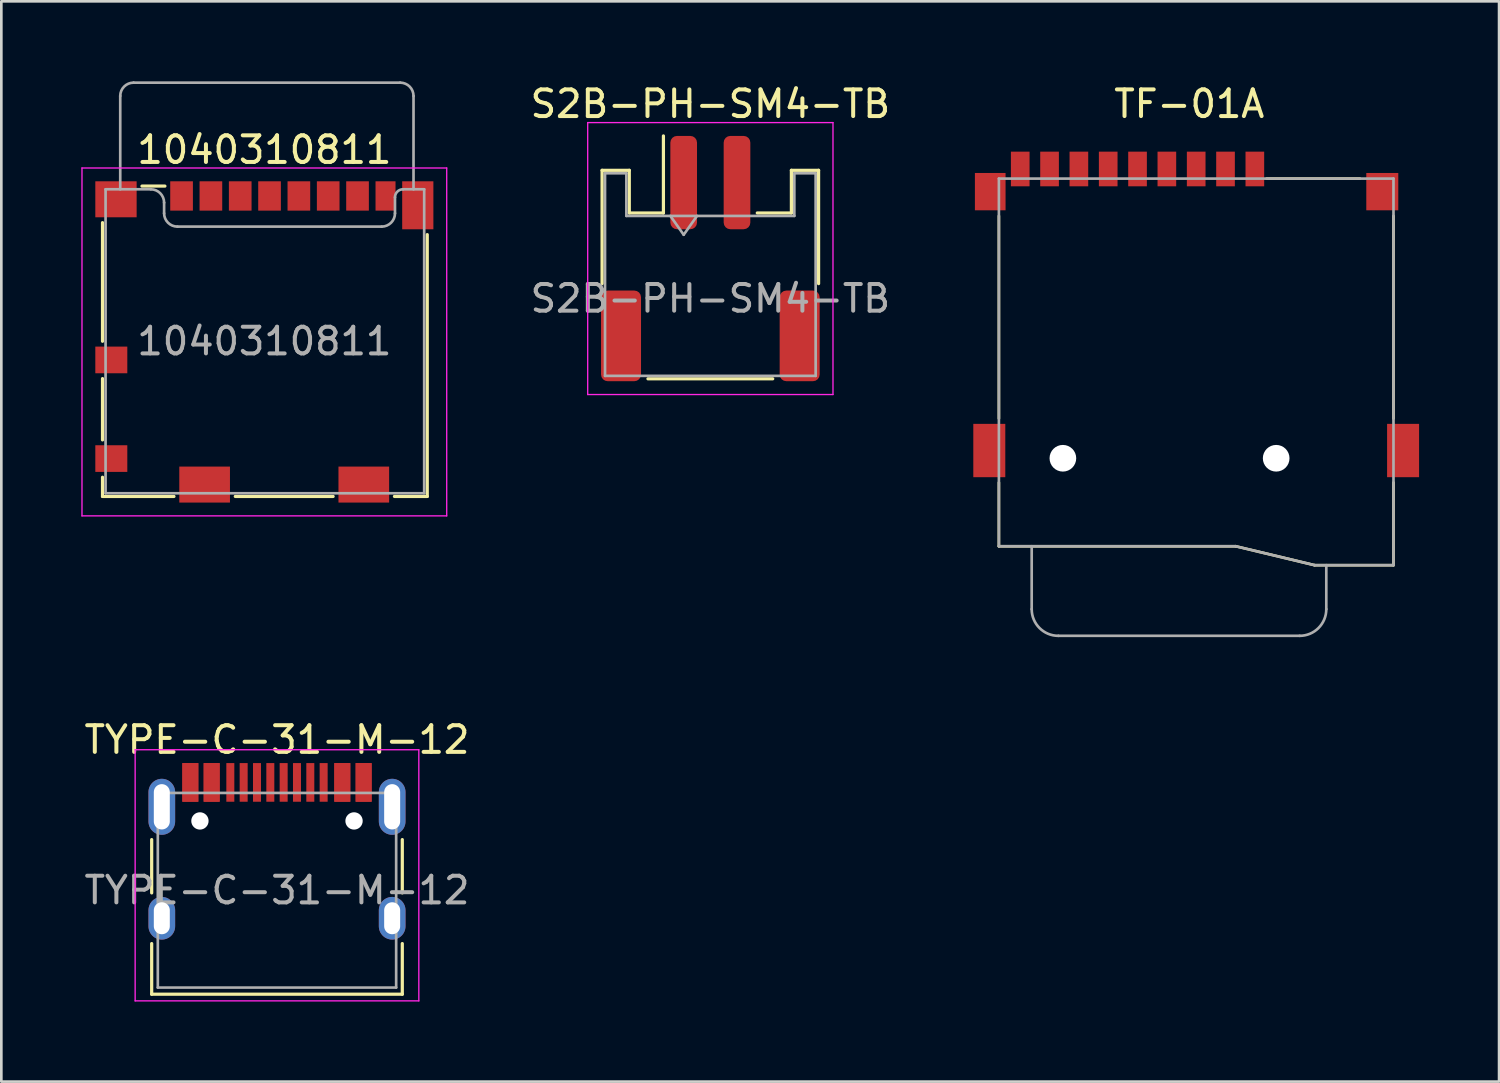
<source format=kicad_pcb>
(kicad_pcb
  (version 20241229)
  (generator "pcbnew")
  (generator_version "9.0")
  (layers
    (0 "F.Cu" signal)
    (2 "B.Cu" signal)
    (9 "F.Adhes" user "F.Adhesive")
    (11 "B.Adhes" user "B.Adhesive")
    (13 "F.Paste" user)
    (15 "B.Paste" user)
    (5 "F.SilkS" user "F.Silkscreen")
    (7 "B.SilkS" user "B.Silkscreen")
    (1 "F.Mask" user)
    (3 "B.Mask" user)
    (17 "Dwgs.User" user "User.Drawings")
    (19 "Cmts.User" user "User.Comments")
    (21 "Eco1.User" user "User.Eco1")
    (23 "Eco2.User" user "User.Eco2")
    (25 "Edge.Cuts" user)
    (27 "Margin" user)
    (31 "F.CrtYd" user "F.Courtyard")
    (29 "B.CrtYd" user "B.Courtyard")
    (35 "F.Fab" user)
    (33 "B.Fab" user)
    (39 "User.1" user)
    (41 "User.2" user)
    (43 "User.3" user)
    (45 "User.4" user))
  (footprint "TYPE-C-31-M-12"
    (layer "F.Cu")
    (at 7.339 30.341)
    (property "Reference" "TYPE-C-31-M-12" (at 0 -5.645 0) (layer "F.SilkS") (effects (font (size 1 1) (thickness 0.15))))
    (attr smd)
    (fp_line (start -4.7 -1.9) (end -4.7 0.1) (stroke (width 0.12) (type solid)) (layer "F.SilkS"))
    (fp_line (start -4.7 2) (end -4.7 3.9) (stroke (width 0.12) (type solid)) (layer "F.SilkS"))
    (fp_line (start -4.7 3.9) (end 4.7 3.9) (stroke (width 0.12) (type solid)) (layer "F.SilkS"))
    (fp_line (start 4.7 -1.9) (end 4.7 0.1) (stroke (width 0.12) (type solid)) (layer "F.SilkS"))
    (fp_line (start 4.7 2) (end 4.7 3.9) (stroke (width 0.12) (type solid)) (layer "F.SilkS"))
    (fp_line (start -5.32 -5.27) (end -5.32 4.15) (stroke (width 0.05) (type solid)) (layer "F.CrtYd"))
    (fp_line (start -5.32 -5.27) (end 5.32 -5.27) (stroke (width 0.05) (type solid)) (layer "F.CrtYd"))
    (fp_line (start -5.32 4.15) (end 5.32 4.15) (stroke (width 0.05) (type solid)) (layer "F.CrtYd"))
    (fp_line (start 5.32 -5.27) (end 5.32 4.15) (stroke (width 0.05) (type solid)) (layer "F.CrtYd"))
    (fp_line (start -4.47 -3.65) (end -4.47 3.65) (stroke (width 0.1) (type solid)) (layer "F.Fab"))
    (fp_line (start -4.47 -3.65) (end 4.47 -3.65) (stroke (width 0.1) (type solid)) (layer "F.Fab"))
    (fp_line (start -4.47 3.65) (end 4.47 3.65) (stroke (width 0.1) (type solid)) (layer "F.Fab"))
    (fp_line (start 4.47 -3.65) (end 4.47 3.65) (stroke (width 0.1) (type solid)) (layer "F.Fab"))
    (fp_text user "${REFERENCE}" (at 0 0 0) (layer "F.Fab") (effects (font (size 1 1) (thickness 0.15))))
    (pad "" np_thru_hole circle (at -2.89 -2.6) (size 0.65 0.65) (drill 0.65) (layers "*.Cu" "*.Mask"))
    (pad "" np_thru_hole circle (at 2.89 -2.6) (size 0.65 0.65) (drill 0.65) (layers "*.Cu" "*.Mask"))
    (pad "A1" smd rect (at -3.25 -4.045) (size 0.6 1.45) (layers "F.Cu" "F.Mask" "F.Paste"))
    (pad "A4" smd rect (at -2.45 -4.045) (size 0.6 1.45) (layers "F.Cu" "F.Mask" "F.Paste"))
    (pad "A5" smd rect (at -1.25 -4.045) (size 0.3 1.45) (layers "F.Cu" "F.Mask" "F.Paste"))
    (pad "A6" smd rect (at -0.25 -4.045) (size 0.3 1.45) (layers "F.Cu" "F.Mask" "F.Paste"))
    (pad "A7" smd rect (at 0.25 -4.045) (size 0.3 1.45) (layers "F.Cu" "F.Mask" "F.Paste"))
    (pad "A8" smd rect (at 1.25 -4.045) (size 0.3 1.45) (layers "F.Cu" "F.Mask" "F.Paste"))
    (pad "A9" smd rect (at 2.45 -4.045) (size 0.6 1.45) (layers "F.Cu" "F.Mask" "F.Paste"))
    (pad "A12" smd rect (at 3.25 -4.045) (size 0.6 1.45) (layers "F.Cu" "F.Mask" "F.Paste"))
    (pad "B1" smd rect (at 3.25 -4.045) (size 0.6 1.45) (layers "F.Cu" "F.Mask" "F.Paste"))
    (pad "B4" smd rect (at 2.45 -4.045) (size 0.6 1.45) (layers "F.Cu" "F.Mask" "F.Paste"))
    (pad "B5" smd rect (at 1.75 -4.045) (size 0.3 1.45) (layers "F.Cu" "F.Mask" "F.Paste"))
    (pad "B6" smd rect (at 0.75 -4.045) (size 0.3 1.45) (layers "F.Cu" "F.Mask" "F.Paste"))
    (pad "B7" smd rect (at -0.75 -4.045) (size 0.3 1.45) (layers "F.Cu" "F.Mask" "F.Paste"))
    (pad "B8" smd rect (at -1.75 -4.045) (size 0.3 1.45) (layers "F.Cu" "F.Mask" "F.Paste"))
    (pad "B9" smd rect (at -2.45 -4.045) (size 0.6 1.45) (layers "F.Cu" "F.Mask" "F.Paste"))
    (pad "B12" smd rect (at -3.25 -4.045) (size 0.6 1.45) (layers "F.Cu" "F.Mask" "F.Paste"))
    (pad "S1" thru_hole oval (at -4.32 -3.13) (size 1 2.1) (drill oval 0.6 1.7) (layers "*.Cu" "*.Mask"))
    (pad "S1" thru_hole oval (at -4.32 1.05) (size 1 1.6) (drill oval 0.6 1.2) (layers "*.Cu" "*.Mask"))
    (pad "S1" thru_hole oval (at 4.32 -3.13) (size 1 2.1) (drill oval 0.6 1.7) (layers "*.Cu" "*.Mask"))
    (pad "S1" thru_hole oval (at 4.32 1.05) (size 1 1.6) (drill oval 0.6 1.2) (layers "*.Cu" "*.Mask")))
  (footprint "S2B-PH-SM4-TB"
    (layer "F.Cu")
    (at 23.593 6.648)
    (property "Reference" "S2B-PH-SM4-TB" (at 0 -5.8 0) (layer "F.SilkS") (effects (font (size 1 1) (thickness 0.15))))
    (attr smd)
    (fp_line (start -4.06 -3.31) (end -3.04 -3.31) (stroke (width 0.12) (type solid)) (layer "F.SilkS"))
    (fp_line (start -4.06 0.94) (end -4.06 -3.31) (stroke (width 0.12) (type solid)) (layer "F.SilkS"))
    (fp_line (start -3.04 -3.31) (end -3.04 -1.71) (stroke (width 0.12) (type solid)) (layer "F.SilkS"))
    (fp_line (start -3.04 -1.71) (end -1.76 -1.71) (stroke (width 0.12) (type solid)) (layer "F.SilkS"))
    (fp_line (start -2.34 4.51) (end 2.34 4.51) (stroke (width 0.12) (type solid)) (layer "F.SilkS"))
    (fp_line (start -1.76 -1.71) (end -1.76 -4.6) (stroke (width 0.12) (type solid)) (layer "F.SilkS"))
    (fp_line (start 3.04 -3.31) (end 3.04 -1.71) (stroke (width 0.12) (type solid)) (layer "F.SilkS"))
    (fp_line (start 3.04 -1.71) (end 1.76 -1.71) (stroke (width 0.12) (type solid)) (layer "F.SilkS"))
    (fp_line (start 4.06 -3.31) (end 3.04 -3.31) (stroke (width 0.12) (type solid)) (layer "F.SilkS"))
    (fp_line (start 4.06 0.94) (end 4.06 -3.31) (stroke (width 0.12) (type solid)) (layer "F.SilkS"))
    (fp_line (start -4.6 -5.1) (end -4.6 5.1) (stroke (width 0.05) (type solid)) (layer "F.CrtYd"))
    (fp_line (start -4.6 5.1) (end 4.6 5.1) (stroke (width 0.05) (type solid)) (layer "F.CrtYd"))
    (fp_line (start 4.6 -5.1) (end -4.6 -5.1) (stroke (width 0.05) (type solid)) (layer "F.CrtYd"))
    (fp_line (start 4.6 5.1) (end 4.6 -5.1) (stroke (width 0.05) (type solid)) (layer "F.CrtYd"))
    (fp_line (start -3.95 -3.2) (end -3.95 4.4) (stroke (width 0.1) (type solid)) (layer "F.Fab"))
    (fp_line (start -3.95 -3.2) (end -3.15 -3.2) (stroke (width 0.1) (type solid)) (layer "F.Fab"))
    (fp_line (start -3.95 4.4) (end 3.95 4.4) (stroke (width 0.1) (type solid)) (layer "F.Fab"))
    (fp_line (start -3.15 -3.2) (end -3.15 -1.6) (stroke (width 0.1) (type solid)) (layer "F.Fab"))
    (fp_line (start -3.15 -1.6) (end 3.15 -1.6) (stroke (width 0.1) (type solid)) (layer "F.Fab"))
    (fp_line (start -1.5 -1.6) (end -1 -0.893) (stroke (width 0.1) (type solid)) (layer "F.Fab"))
    (fp_line (start -1 -0.893) (end -0.5 -1.6) (stroke (width 0.1) (type solid)) (layer "F.Fab"))
    (fp_line (start 3.15 -3.2) (end 3.95 -3.2) (stroke (width 0.1) (type solid)) (layer "F.Fab"))
    (fp_line (start 3.15 -1.6) (end 3.15 -3.2) (stroke (width 0.1) (type solid)) (layer "F.Fab"))
    (fp_line (start 3.95 -3.2) (end 3.95 4.4) (stroke (width 0.1) (type solid)) (layer "F.Fab"))
    (fp_text user "${REFERENCE}" (at 0 1.5 0) (layer "F.Fab") (effects (font (size 1 1) (thickness 0.15))))
    (pad "1" smd roundrect (at -1 -2.85) (size 1 3.5) (layers "F.Cu" "F.Mask" "F.Paste") (roundrect_rratio 0.25))
    (pad "2" smd roundrect (at 1 -2.85) (size 1 3.5) (layers "F.Cu" "F.Mask" "F.Paste") (roundrect_rratio 0.25))
    (pad "MP" smd roundrect (at -3.35 2.9) (size 1.5 3.4) (layers "F.Cu" "F.Mask" "F.Paste") (roundrect_rratio 0.167))
    (pad "MP" smd roundrect (at 3.35 2.9) (size 1.5 3.4) (layers "F.Cu" "F.Mask" "F.Paste") (roundrect_rratio 0.167)))
  (footprint "TF-01A"
    (layer "F.Cu")
    (at 34.416 3.648)
    (property "Reference" "TF-01A" (at 7.14 -2.8 0) (layer "F.SilkS") (effects (font (size 1 1) (thickness 0.15))))
    (attr through_hole)
    (fp_line (start 0 1.4) (end 0 9) (stroke (width 0.1) (type solid)) (layer "F.SilkS"))
    (fp_line (start 0 11.4) (end 0 13.79) (stroke (width 0.1) (type solid)) (layer "F.SilkS"))
    (fp_line (start 0 13.79) (end 8.88 13.79) (stroke (width 0.1) (type solid)) (layer "F.SilkS"))
    (fp_line (start 8.88 13.79) (end 11.84 14.5) (stroke (width 0.1) (type solid)) (layer "F.SilkS"))
    (fp_line (start 10.04 0) (end 13.54 0) (stroke (width 0.1) (type solid)) (layer "F.SilkS"))
    (fp_line (start 11.84 14.5) (end 14.8 14.5) (stroke (width 0.1) (type solid)) (layer "F.SilkS"))
    (fp_line (start 14.8 1.4) (end 14.8 9) (stroke (width 0.1) (type solid)) (layer "F.SilkS"))
    (fp_line (start 14.8 11.4) (end 14.8 14.5) (stroke (width 0.1) (type solid)) (layer "F.SilkS"))
    (fp_line (start 0 0) (end 0 13.79) (stroke (width 0.1) (type solid)) (layer "F.Fab"))
    (fp_line (start 0 0) (end 14.8 0) (stroke (width 0.1) (type solid)) (layer "F.Fab"))
    (fp_line (start 0 13.79) (end 8.88 13.79) (stroke (width 0.1) (type solid)) (layer "F.Fab"))
    (fp_line (start 1.23 13.79) (end 1.23 16.15) (stroke (width 0.1) (type solid)) (layer "F.Fab"))
    (fp_line (start 2.23 17.15) (end 11.28 17.15) (stroke (width 0.1) (type solid)) (layer "F.Fab"))
    (fp_line (start 8.88 13.79) (end 11.84 14.5) (stroke (width 0.1) (type solid)) (layer "F.Fab"))
    (fp_line (start 11.84 14.5) (end 14.8 14.5) (stroke (width 0.1) (type solid)) (layer "F.Fab"))
    (fp_line (start 12.28 16.15) (end 12.28 14.5) (stroke (width 0.1) (type solid)) (layer "F.Fab"))
    (fp_line (start 14.8 14.5) (end 14.8 0) (stroke (width 0.1) (type solid)) (layer "F.Fab"))
    (fp_arc (start 2.23 17.15) (mid 1.522893 16.857107) (end 1.23 16.15) (stroke (width 0.1) (type solid)) (layer "F.Fab"))
    (fp_arc (start 12.28 16.15) (mid 11.987107 16.857107) (end 11.28 17.15) (stroke (width 0.1) (type solid)) (layer "F.Fab"))
    (pad "" np_thru_hole circle (at 2.4 10.49) (size 1 1) (drill 1) (layers "*.Cu" "*.Mask"))
    (pad "" np_thru_hole circle (at 10.4 10.49) (size 1 1) (drill 1) (layers "*.Cu" "*.Mask"))
    (pad "1" smd rect (at 9.6 -0.36) (size 0.7 1.3) (layers "F.Cu" "F.Mask" "F.Paste"))
    (pad "2" smd rect (at 8.5 -0.36) (size 0.7 1.3) (layers "F.Cu" "F.Mask" "F.Paste"))
    (pad "3" smd rect (at 7.4 -0.36) (size 0.7 1.3) (layers "F.Cu" "F.Mask" "F.Paste"))
    (pad "4" smd rect (at 6.3 -0.36) (size 0.7 1.3) (layers "F.Cu" "F.Mask" "F.Paste"))
    (pad "5" smd rect (at 5.2 -0.36) (size 0.7 1.3) (layers "F.Cu" "F.Mask" "F.Paste"))
    (pad "6" smd rect (at 4.1 -0.36) (size 0.7 1.3) (layers "F.Cu" "F.Mask" "F.Paste"))
    (pad "7" smd rect (at 3 -0.36) (size 0.7 1.3) (layers "F.Cu" "F.Mask" "F.Paste"))
    (pad "8" smd rect (at 1.9 -0.36) (size 0.7 1.3) (layers "F.Cu" "F.Mask" "F.Paste"))
    (pad "9" smd rect (at 0.8 -0.36) (size 0.7 1.3) (layers "F.Cu" "F.Mask" "F.Paste"))
    (pad "11" smd rect (at -0.36 10.2) (size 1.2 2) (layers "F.Cu" "F.Mask" "F.Paste"))
    (pad "11" smd rect (at -0.325 0.49) (size 1.15 1.4) (layers "F.Cu" "F.Mask" "F.Paste"))
    (pad "11" smd rect (at 14.38 0.49) (size 1.2 1.4) (layers "F.Cu" "F.Mask" "F.Paste"))
    (pad "11" smd rect (at 15.16 10.2) (size 1.2 2) (layers "F.Cu" "F.Mask" "F.Paste")))
  (footprint "1040310811"
    (layer "F.Cu")
    (at 6.865 9.75)
    (property "Reference" "1040310811" (at 0 -7.18 0) (layer "F.SilkS") (effects (font (size 1 1) (thickness 0.15))))
    (attr smd)
    (fp_line (start -6.07 -4.45) (end -6.07 0) (stroke (width 0.12) (type solid)) (layer "F.SilkS"))
    (fp_line (start -6.07 1.4) (end -6.07 3.7) (stroke (width 0.12) (type solid)) (layer "F.SilkS"))
    (fp_line (start -6.07 5.1) (end -6.07 5.82) (stroke (width 0.12) (type solid)) (layer "F.SilkS"))
    (fp_line (start -6.07 5.82) (end -3.39 5.82) (stroke (width 0.12) (type solid)) (layer "F.SilkS"))
    (fp_line (start -4.59 -5.82) (end -3.73 -5.82) (stroke (width 0.12) (type solid)) (layer "F.SilkS"))
    (fp_line (start -1.09 5.82) (end 2.58 5.82) (stroke (width 0.12) (type solid)) (layer "F.SilkS"))
    (fp_line (start 4.88 5.82) (end 6.11 5.82) (stroke (width 0.12) (type solid)) (layer "F.SilkS"))
    (fp_line (start 6.11 5.82) (end 6.11 -4) (stroke (width 0.12) (type solid)) (layer "F.SilkS"))
    (fp_line (start -6.84 -6.5) (end 6.84 -6.5) (stroke (width 0.05) (type solid)) (layer "F.CrtYd"))
    (fp_line (start -6.84 6.55) (end -6.84 -6.5) (stroke (width 0.05) (type solid)) (layer "F.CrtYd"))
    (fp_line (start 6.84 -6.5) (end 6.84 6.55) (stroke (width 0.05) (type solid)) (layer "F.CrtYd"))
    (fp_line (start 6.84 6.55) (end -6.84 6.55) (stroke (width 0.05) (type solid)) (layer "F.CrtYd"))
    (fp_line (start -5.955 -5.7) (end -5.955 5.7) (stroke (width 0.1) (type solid)) (layer "F.Fab"))
    (fp_line (start -5.955 -5.7) (end -4.26 -5.7) (stroke (width 0.1) (type solid)) (layer "F.Fab"))
    (fp_line (start -5.405 -9.2) (end -5.405 -5.7) (stroke (width 0.1) (type solid)) (layer "F.Fab"))
    (fp_line (start -4.905 -9.7) (end 5.095 -9.7) (stroke (width 0.1) (type solid)) (layer "F.Fab"))
    (fp_line (start -3.76 -4.8) (end -3.76 -5.2) (stroke (width 0.1) (type solid)) (layer "F.Fab"))
    (fp_line (start 4.4 -4.3) (end -3.26 -4.3) (stroke (width 0.1) (type solid)) (layer "F.Fab"))
    (fp_line (start 4.9 -5.4) (end 4.9 -4.8) (stroke (width 0.1) (type solid)) (layer "F.Fab"))
    (fp_line (start 5.595 -5.7) (end 5.595 -9.2) (stroke (width 0.1) (type solid)) (layer "F.Fab"))
    (fp_line (start 5.995 -5.7) (end 5.21 -5.7) (stroke (width 0.1) (type solid)) (layer "F.Fab"))
    (fp_line (start 5.995 5.7) (end -5.955 5.7) (stroke (width 0.1) (type solid)) (layer "F.Fab"))
    (fp_line (start 5.995 5.7) (end 5.995 -5.7) (stroke (width 0.1) (type solid)) (layer "F.Fab"))
    (fp_arc (start -5.405 -9.2) (mid -5.258553 -9.553553) (end -4.905 -9.7) (stroke (width 0.1) (type solid)) (layer "F.Fab"))
    (fp_arc (start -4.26 -5.7) (mid -3.906447 -5.553553) (end -3.76 -5.2) (stroke (width 0.1) (type solid)) (layer "F.Fab"))
    (fp_arc (start -3.26 -4.3) (mid -3.613553 -4.446447) (end -3.76 -4.8) (stroke (width 0.1) (type solid)) (layer "F.Fab"))
    (fp_arc (start 4.9 -5.4) (mid 4.987868 -5.612132) (end 5.2 -5.7) (stroke (width 0.1) (type solid)) (layer "F.Fab"))
    (fp_arc (start 4.9 -4.8) (mid 4.753553 -4.446447) (end 4.4 -4.3) (stroke (width 0.1) (type solid)) (layer "F.Fab"))
    (fp_arc (start 5.095 -9.7) (mid 5.448553 -9.553553) (end 5.595 -9.2) (stroke (width 0.1) (type solid)) (layer "F.Fab"))
    (fp_text user "${REFERENCE}" (at 0 0 0) (layer "F.Fab") (effects (font (size 1 1) (thickness 0.15))))
    (pad "1" smd rect (at -3.105 -5.45) (size 0.85 1.1) (layers "F.Cu" "F.Mask" "F.Paste"))
    (pad "2" smd rect (at -2.005 -5.45) (size 0.85 1.1) (layers "F.Cu" "F.Mask" "F.Paste"))
    (pad "3" smd rect (at -0.905 -5.45) (size 0.85 1.1) (layers "F.Cu" "F.Mask" "F.Paste"))
    (pad "4" smd rect (at 0.195 -5.45) (size 0.85 1.1) (layers "F.Cu" "F.Mask" "F.Paste"))
    (pad "5" smd rect (at 1.295 -5.45) (size 0.85 1.1) (layers "F.Cu" "F.Mask" "F.Paste"))
    (pad "6" smd rect (at 2.395 -5.45) (size 0.85 1.1) (layers "F.Cu" "F.Mask" "F.Paste"))
    (pad "7" smd rect (at 3.495 -5.45) (size 0.85 1.1) (layers "F.Cu" "F.Mask" "F.Paste"))
    (pad "8" smd rect (at 4.545 -5.45) (size 0.75 1.1) (layers "F.Cu" "F.Mask" "F.Paste"))
    (pad "9" smd rect (at -5.74 0.7) (size 1.2 1) (layers "F.Cu" "F.Mask" "F.Paste"))
    (pad "10" smd rect (at -5.74 4.4) (size 1.2 1) (layers "F.Cu" "F.Mask" "F.Paste"))
    (pad "11" smd rect (at -5.565 -5.325) (size 1.55 1.35) (layers "F.Cu" "F.Mask" "F.Paste"))
    (pad "11" smd rect (at -2.24 5.375) (size 1.9 1.35) (layers "F.Cu" "F.Mask" "F.Paste"))
    (pad "11" smd rect (at 3.73 5.375) (size 1.9 1.35) (layers "F.Cu" "F.Mask" "F.Paste"))
    (pad "11" smd rect (at 5.755 -5.1) (size 1.17 1.8) (layers "F.Cu" "F.Mask" "F.Paste")))
  (gr_rect
    (start -3 -3)
    (end 53.176 37.517)
    (stroke (width 0.1) (type default))
    (fill no)
    (layer "Edge.Cuts")))
</source>
